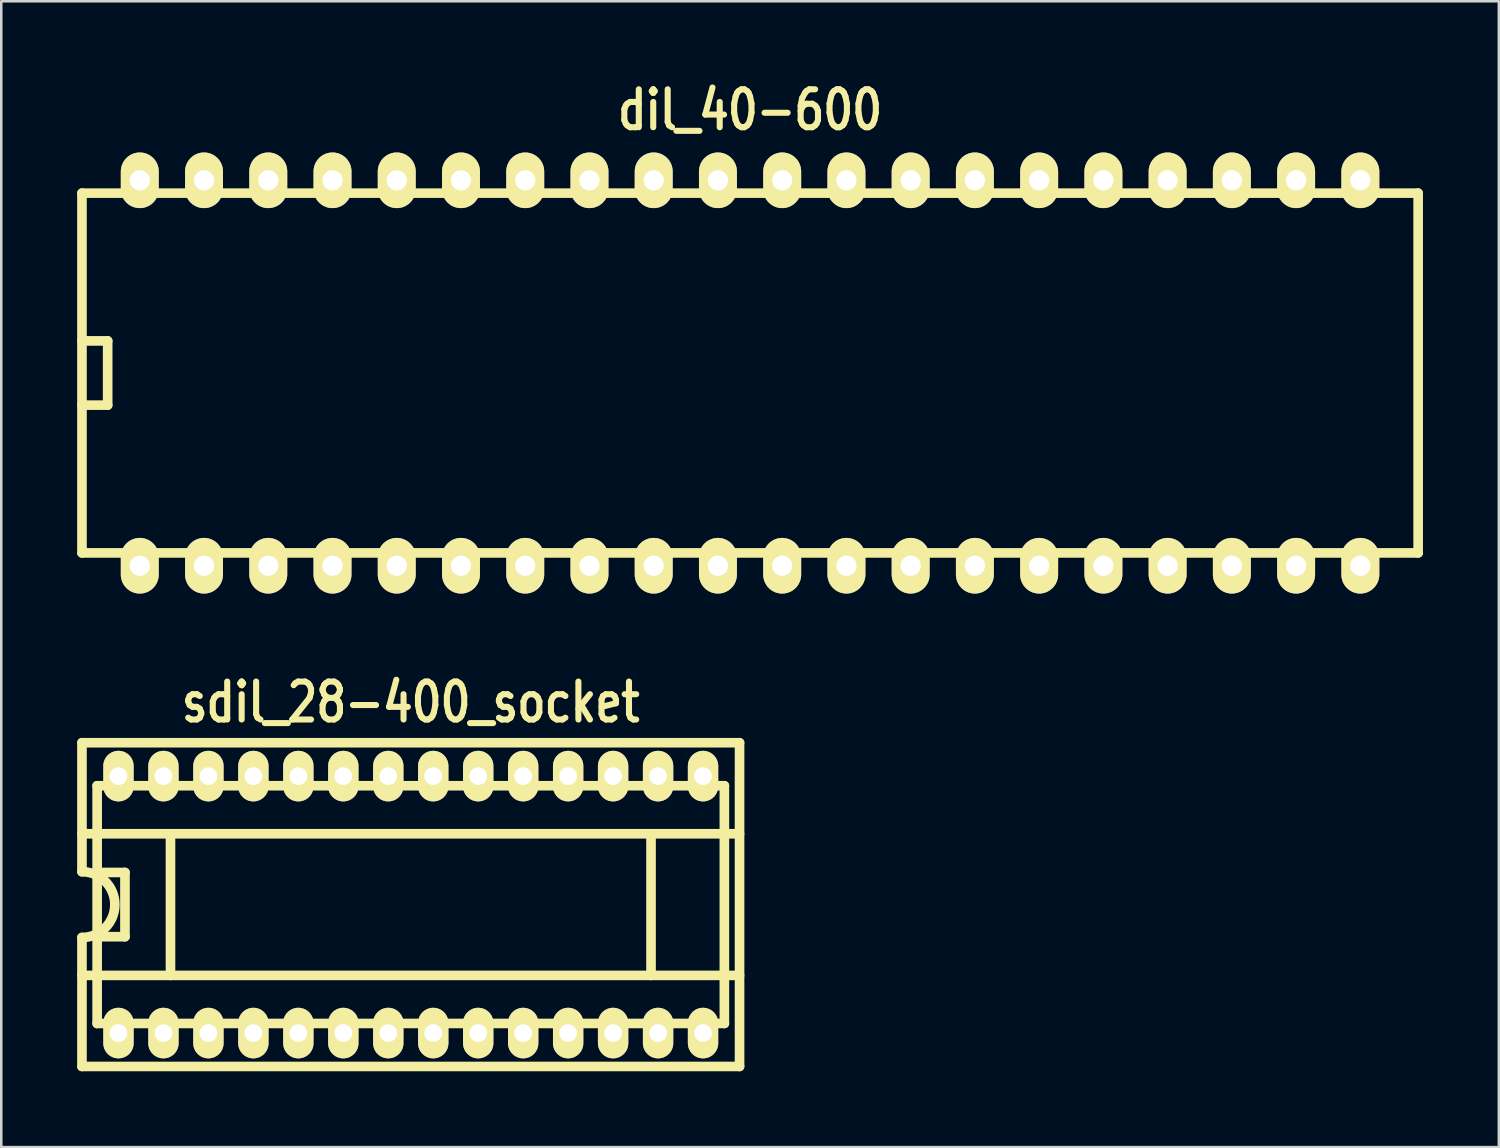
<source format=kicad_pcb>
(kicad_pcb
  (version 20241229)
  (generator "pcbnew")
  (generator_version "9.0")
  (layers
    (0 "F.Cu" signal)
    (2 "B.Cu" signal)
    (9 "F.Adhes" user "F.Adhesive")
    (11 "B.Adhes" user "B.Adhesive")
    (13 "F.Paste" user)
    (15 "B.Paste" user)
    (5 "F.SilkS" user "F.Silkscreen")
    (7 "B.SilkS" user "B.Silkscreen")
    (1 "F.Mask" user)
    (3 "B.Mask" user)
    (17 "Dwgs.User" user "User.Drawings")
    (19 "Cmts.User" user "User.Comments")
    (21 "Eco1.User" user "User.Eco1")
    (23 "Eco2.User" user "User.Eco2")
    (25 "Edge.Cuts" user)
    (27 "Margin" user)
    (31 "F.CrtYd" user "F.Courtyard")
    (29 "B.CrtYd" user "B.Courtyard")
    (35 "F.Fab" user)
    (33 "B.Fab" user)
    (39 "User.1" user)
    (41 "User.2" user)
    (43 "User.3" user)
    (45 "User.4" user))
  (footprint "dil_40-600"
    (layer "F.Cu")
    (at 26.607 11.699)
    (property "Reference" "dil_40-600" (at 0 -10.4 0) (layer "F.SilkS") (effects (font (size 1.5 1.2) (thickness 0.24))))
    (attr through_hole)
    (fp_line (start -26.416 -7.112) (end -26.416 7.112) (stroke (width 0.381) (type solid)) (layer "F.SilkS"))
    (fp_line (start -25.4 -1.27) (end -26.416 -1.27) (stroke (width 0.381) (type solid)) (layer "F.SilkS"))
    (fp_line (start -25.4 -1.27) (end -25.4 1.27) (stroke (width 0.381) (type solid)) (layer "F.SilkS"))
    (fp_line (start -25.4 1.27) (end -26.416 1.27) (stroke (width 0.381) (type solid)) (layer "F.SilkS"))
    (fp_line (start 26.416 -7.112) (end -26.416 -7.112) (stroke (width 0.381) (type solid)) (layer "F.SilkS"))
    (fp_line (start 26.416 7.112) (end -26.416 7.112) (stroke (width 0.381) (type solid)) (layer "F.SilkS"))
    (fp_line (start 26.416 7.112) (end 26.416 -7.112) (stroke (width 0.381) (type solid)) (layer "F.SilkS"))
    (pad "1" thru_hole oval (at -24.13 7.62) (size 1.5 2.2) (drill 0.8) (layers "*.Cu" "*.Mask" "F.SilkS"))
    (pad "2" thru_hole oval (at -21.59 7.62) (size 1.5 2.2) (drill 0.8) (layers "*.Cu" "*.Mask" "F.SilkS"))
    (pad "3" thru_hole oval (at -19.05 7.62) (size 1.5 2.2) (drill 0.8) (layers "*.Cu" "*.Mask" "F.SilkS"))
    (pad "4" thru_hole oval (at -16.51 7.62) (size 1.5 2.2) (drill 0.8) (layers "*.Cu" "*.Mask" "F.SilkS"))
    (pad "5" thru_hole oval (at -13.97 7.62) (size 1.5 2.2) (drill 0.8) (layers "*.Cu" "*.Mask" "F.SilkS"))
    (pad "6" thru_hole oval (at -11.43 7.62) (size 1.5 2.2) (drill 0.8) (layers "*.Cu" "*.Mask" "F.SilkS"))
    (pad "7" thru_hole oval (at -8.89 7.62) (size 1.5 2.2) (drill 0.8) (layers "*.Cu" "*.Mask" "F.SilkS"))
    (pad "8" thru_hole oval (at -6.35 7.62) (size 1.5 2.2) (drill 0.8) (layers "*.Cu" "*.Mask" "F.SilkS"))
    (pad "9" thru_hole oval (at -3.81 7.62) (size 1.5 2.2) (drill 0.8) (layers "*.Cu" "*.Mask" "F.SilkS"))
    (pad "10" thru_hole oval (at -1.27 7.62) (size 1.5 2.2) (drill 0.8) (layers "*.Cu" "*.Mask" "F.SilkS"))
    (pad "11" thru_hole oval (at 1.27 7.62) (size 1.5 2.2) (drill 0.8) (layers "*.Cu" "*.Mask" "F.SilkS"))
    (pad "12" thru_hole oval (at 3.81 7.62) (size 1.5 2.2) (drill 0.8) (layers "*.Cu" "*.Mask" "F.SilkS"))
    (pad "13" thru_hole oval (at 6.35 7.62) (size 1.5 2.2) (drill 0.8) (layers "*.Cu" "*.Mask" "F.SilkS"))
    (pad "14" thru_hole oval (at 8.89 7.62) (size 1.5 2.2) (drill 0.8) (layers "*.Cu" "*.Mask" "F.SilkS"))
    (pad "15" thru_hole oval (at 11.43 7.62) (size 1.5 2.2) (drill 0.8) (layers "*.Cu" "*.Mask" "F.SilkS"))
    (pad "16" thru_hole oval (at 13.97 7.62) (size 1.5 2.2) (drill 0.8) (layers "*.Cu" "*.Mask" "F.SilkS"))
    (pad "17" thru_hole oval (at 16.51 7.62) (size 1.5 2.2) (drill 0.8) (layers "*.Cu" "*.Mask" "F.SilkS"))
    (pad "18" thru_hole oval (at 19.05 7.62) (size 1.5 2.2) (drill 0.8) (layers "*.Cu" "*.Mask" "F.SilkS"))
    (pad "19" thru_hole oval (at 21.59 7.62) (size 1.5 2.2) (drill 0.8) (layers "*.Cu" "*.Mask" "F.SilkS"))
    (pad "20" thru_hole oval (at 24.13 7.62) (size 1.5 2.2) (drill 0.8) (layers "*.Cu" "*.Mask" "F.SilkS"))
    (pad "21" thru_hole oval (at 24.13 -7.62) (size 1.5 2.2) (drill 0.8) (layers "*.Cu" "*.Mask" "F.SilkS"))
    (pad "22" thru_hole oval (at 21.59 -7.62) (size 1.5 2.2) (drill 0.8) (layers "*.Cu" "*.Mask" "F.SilkS"))
    (pad "23" thru_hole oval (at 19.05 -7.62) (size 1.5 2.2) (drill 0.8) (layers "*.Cu" "*.Mask" "F.SilkS"))
    (pad "24" thru_hole oval (at 16.51 -7.62) (size 1.5 2.2) (drill 0.8) (layers "*.Cu" "*.Mask" "F.SilkS"))
    (pad "25" thru_hole oval (at 13.97 -7.62) (size 1.5 2.2) (drill 0.8) (layers "*.Cu" "*.Mask" "F.SilkS"))
    (pad "26" thru_hole oval (at 11.43 -7.62) (size 1.5 2.2) (drill 0.8) (layers "*.Cu" "*.Mask" "F.SilkS"))
    (pad "27" thru_hole oval (at 8.89 -7.62) (size 1.5 2.2) (drill 0.8) (layers "*.Cu" "*.Mask" "F.SilkS"))
    (pad "28" thru_hole oval (at 6.35 -7.62) (size 1.5 2.2) (drill 0.8) (layers "*.Cu" "*.Mask" "F.SilkS"))
    (pad "29" thru_hole oval (at 3.81 -7.62) (size 1.5 2.2) (drill 0.8) (layers "*.Cu" "*.Mask" "F.SilkS"))
    (pad "30" thru_hole oval (at 1.27 -7.62) (size 1.5 2.2) (drill 0.8) (layers "*.Cu" "*.Mask" "F.SilkS"))
    (pad "31" thru_hole oval (at -1.27 -7.62) (size 1.5 2.2) (drill 0.8) (layers "*.Cu" "*.Mask" "F.SilkS"))
    (pad "32" thru_hole oval (at -3.81 -7.62) (size 1.5 2.2) (drill 0.8) (layers "*.Cu" "*.Mask" "F.SilkS"))
    (pad "33" thru_hole oval (at -6.35 -7.62) (size 1.5 2.2) (drill 0.8) (layers "*.Cu" "*.Mask" "F.SilkS"))
    (pad "34" thru_hole oval (at -8.89 -7.62) (size 1.5 2.2) (drill 0.8) (layers "*.Cu" "*.Mask" "F.SilkS"))
    (pad "35" thru_hole oval (at -11.43 -7.62) (size 1.5 2.2) (drill 0.8) (layers "*.Cu" "*.Mask" "F.SilkS"))
    (pad "36" thru_hole oval (at -13.97 -7.62) (size 1.5 2.2) (drill 0.8) (layers "*.Cu" "*.Mask" "F.SilkS"))
    (pad "37" thru_hole oval (at -16.51 -7.62) (size 1.5 2.2) (drill 0.8) (layers "*.Cu" "*.Mask" "F.SilkS"))
    (pad "38" thru_hole oval (at -19.05 -7.62) (size 1.5 2.2) (drill 0.8) (layers "*.Cu" "*.Mask" "F.SilkS"))
    (pad "39" thru_hole oval (at -21.59 -7.62) (size 1.5 2.2) (drill 0.8) (layers "*.Cu" "*.Mask" "F.SilkS"))
    (pad "40" thru_hole oval (at -24.13 -7.62) (size 1.5 2.2) (drill 0.8) (layers "*.Cu" "*.Mask" "F.SilkS")))
  (footprint "sdil_28-400_socket"
    (layer "F.Cu")
    (at 13.191 32.717)
    (property "Reference" "sdil_28-400_socket" (at 0 -8 0) (layer "F.SilkS") (effects (font (size 1.5 1.2) (thickness 0.24))))
    (attr through_hole)
    (fp_line (start -13 -6.4) (end -13 -1.3) (stroke (width 0.381) (type solid)) (layer "F.SilkS"))
    (fp_line (start -13 -2.8) (end 13 -2.8) (stroke (width 0.381) (type solid)) (layer "F.SilkS"))
    (fp_line (start -13 1.3) (end -13 6.4) (stroke (width 0.381) (type solid)) (layer "F.SilkS"))
    (fp_line (start -13 6.4) (end 13 6.4) (stroke (width 0.381) (type solid)) (layer "F.SilkS"))
    (fp_line (start -12.4 -4.7) (end -12.4 4.7) (stroke (width 0.381) (type solid)) (layer "F.SilkS"))
    (fp_line (start -11.3 -1.27) (end -12.4 -1.27) (stroke (width 0.381) (type solid)) (layer "F.SilkS"))
    (fp_line (start -11.3 -1.27) (end -11.3 1.27) (stroke (width 0.381) (type solid)) (layer "F.SilkS"))
    (fp_line (start -11.3 1.27) (end -12.4 1.27) (stroke (width 0.381) (type solid)) (layer "F.SilkS"))
    (fp_line (start -9.5 -2.8) (end -9.5 2.8) (stroke (width 0.381) (type solid)) (layer "F.SilkS"))
    (fp_line (start 9.5 2.8) (end 9.5 -2.8) (stroke (width 0.381) (type solid)) (layer "F.SilkS"))
    (fp_line (start 12.4 -4.7) (end -12.4 -4.7) (stroke (width 0.381) (type solid)) (layer "F.SilkS"))
    (fp_line (start 12.4 4.7) (end -12.4 4.7) (stroke (width 0.381) (type solid)) (layer "F.SilkS"))
    (fp_line (start 12.4 4.7) (end 12.4 -4.7) (stroke (width 0.381) (type solid)) (layer "F.SilkS"))
    (fp_line (start 13 -6.4) (end -13 -6.4) (stroke (width 0.381) (type solid)) (layer "F.SilkS"))
    (fp_line (start 13 2.8) (end -13 2.8) (stroke (width 0.381) (type solid)) (layer "F.SilkS"))
    (fp_line (start 13 6.4) (end 13 -6.4) (stroke (width 0.381) (type solid)) (layer "F.SilkS"))
    (fp_arc (start -13 -1.3) (mid -11.7 0) (end -13 1.3) (stroke (width 0.381) (type solid)) (layer "F.SilkS"))
    (pad "1" thru_hole oval (at -11.557 5.08) (size 1.2 2) (drill 0.7) (layers "*.Cu" "*.Mask" "F.SilkS"))
    (pad "2" thru_hole oval (at -9.779 5.08) (size 1.2 2) (drill 0.7) (layers "*.Cu" "*.Mask" "F.SilkS"))
    (pad "3" thru_hole oval (at -8.001 5.08) (size 1.2 2) (drill 0.7) (layers "*.Cu" "*.Mask" "F.SilkS"))
    (pad "4" thru_hole oval (at -6.223 5.08) (size 1.2 2) (drill 0.7) (layers "*.Cu" "*.Mask" "F.SilkS"))
    (pad "5" thru_hole oval (at -4.445 5.08) (size 1.2 2) (drill 0.7) (layers "*.Cu" "*.Mask" "F.SilkS"))
    (pad "6" thru_hole oval (at -2.667 5.08) (size 1.2 2) (drill 0.7) (layers "*.Cu" "*.Mask" "F.SilkS"))
    (pad "7" thru_hole oval (at -0.889 5.08) (size 1.2 2) (drill 0.7) (layers "*.Cu" "*.Mask" "F.SilkS"))
    (pad "8" thru_hole oval (at 0.889 5.08) (size 1.2 2) (drill 0.7) (layers "*.Cu" "*.Mask" "F.SilkS"))
    (pad "9" thru_hole oval (at 2.667 5.08) (size 1.2 2) (drill 0.7) (layers "*.Cu" "*.Mask" "F.SilkS"))
    (pad "10" thru_hole oval (at 4.445 5.08) (size 1.2 2) (drill 0.7) (layers "*.Cu" "*.Mask" "F.SilkS"))
    (pad "11" thru_hole oval (at 6.223 5.08) (size 1.2 2) (drill 0.7) (layers "*.Cu" "*.Mask" "F.SilkS"))
    (pad "12" thru_hole oval (at 8.001 5.08) (size 1.2 2) (drill 0.7) (layers "*.Cu" "*.Mask" "F.SilkS"))
    (pad "13" thru_hole oval (at 9.779 5.08) (size 1.2 2) (drill 0.7) (layers "*.Cu" "*.Mask" "F.SilkS"))
    (pad "14" thru_hole oval (at 11.557 5.08) (size 1.2 2) (drill 0.7) (layers "*.Cu" "*.Mask" "F.SilkS"))
    (pad "15" thru_hole oval (at 11.557 -5.08) (size 1.2 2) (drill 0.7) (layers "*.Cu" "*.Mask" "F.SilkS"))
    (pad "16" thru_hole oval (at 9.779 -5.08) (size 1.2 2) (drill 0.7) (layers "*.Cu" "*.Mask" "F.SilkS"))
    (pad "17" thru_hole oval (at 8.001 -5.08) (size 1.2 2) (drill 0.7) (layers "*.Cu" "*.Mask" "F.SilkS"))
    (pad "18" thru_hole oval (at 6.223 -5.08) (size 1.2 2) (drill 0.7) (layers "*.Cu" "*.Mask" "F.SilkS"))
    (pad "19" thru_hole oval (at 4.445 -5.08) (size 1.2 2) (drill 0.7) (layers "*.Cu" "*.Mask" "F.SilkS"))
    (pad "20" thru_hole oval (at 2.667 -5.08) (size 1.2 2) (drill 0.7) (layers "*.Cu" "*.Mask" "F.SilkS"))
    (pad "21" thru_hole oval (at 0.889 -5.08) (size 1.2 2) (drill 0.7) (layers "*.Cu" "*.Mask" "F.SilkS"))
    (pad "22" thru_hole oval (at -0.889 -5.08) (size 1.2 2) (drill 0.7) (layers "*.Cu" "*.Mask" "F.SilkS"))
    (pad "23" thru_hole oval (at -2.667 -5.08) (size 1.2 2) (drill 0.7) (layers "*.Cu" "*.Mask" "F.SilkS"))
    (pad "24" thru_hole oval (at -4.445 -5.08) (size 1.2 2) (drill 0.7) (layers "*.Cu" "*.Mask" "F.SilkS"))
    (pad "25" thru_hole oval (at -6.223 -5.08) (size 1.2 2) (drill 0.7) (layers "*.Cu" "*.Mask" "F.SilkS"))
    (pad "26" thru_hole oval (at -8.001 -5.08) (size 1.2 2) (drill 0.7) (layers "*.Cu" "*.Mask" "F.SilkS"))
    (pad "27" thru_hole oval (at -9.779 -5.08) (size 1.2 2) (drill 0.7) (layers "*.Cu" "*.Mask" "F.SilkS"))
    (pad "28" thru_hole oval (at -11.557 -5.08) (size 1.2 2) (drill 0.7) (layers "*.Cu" "*.Mask" "F.SilkS")))
  (gr_rect
    (start -3 -3)
    (end 56.213 42.308)
    (stroke (width 0.1) (type default))
    (fill no)
    (layer "Edge.Cuts")))
</source>
